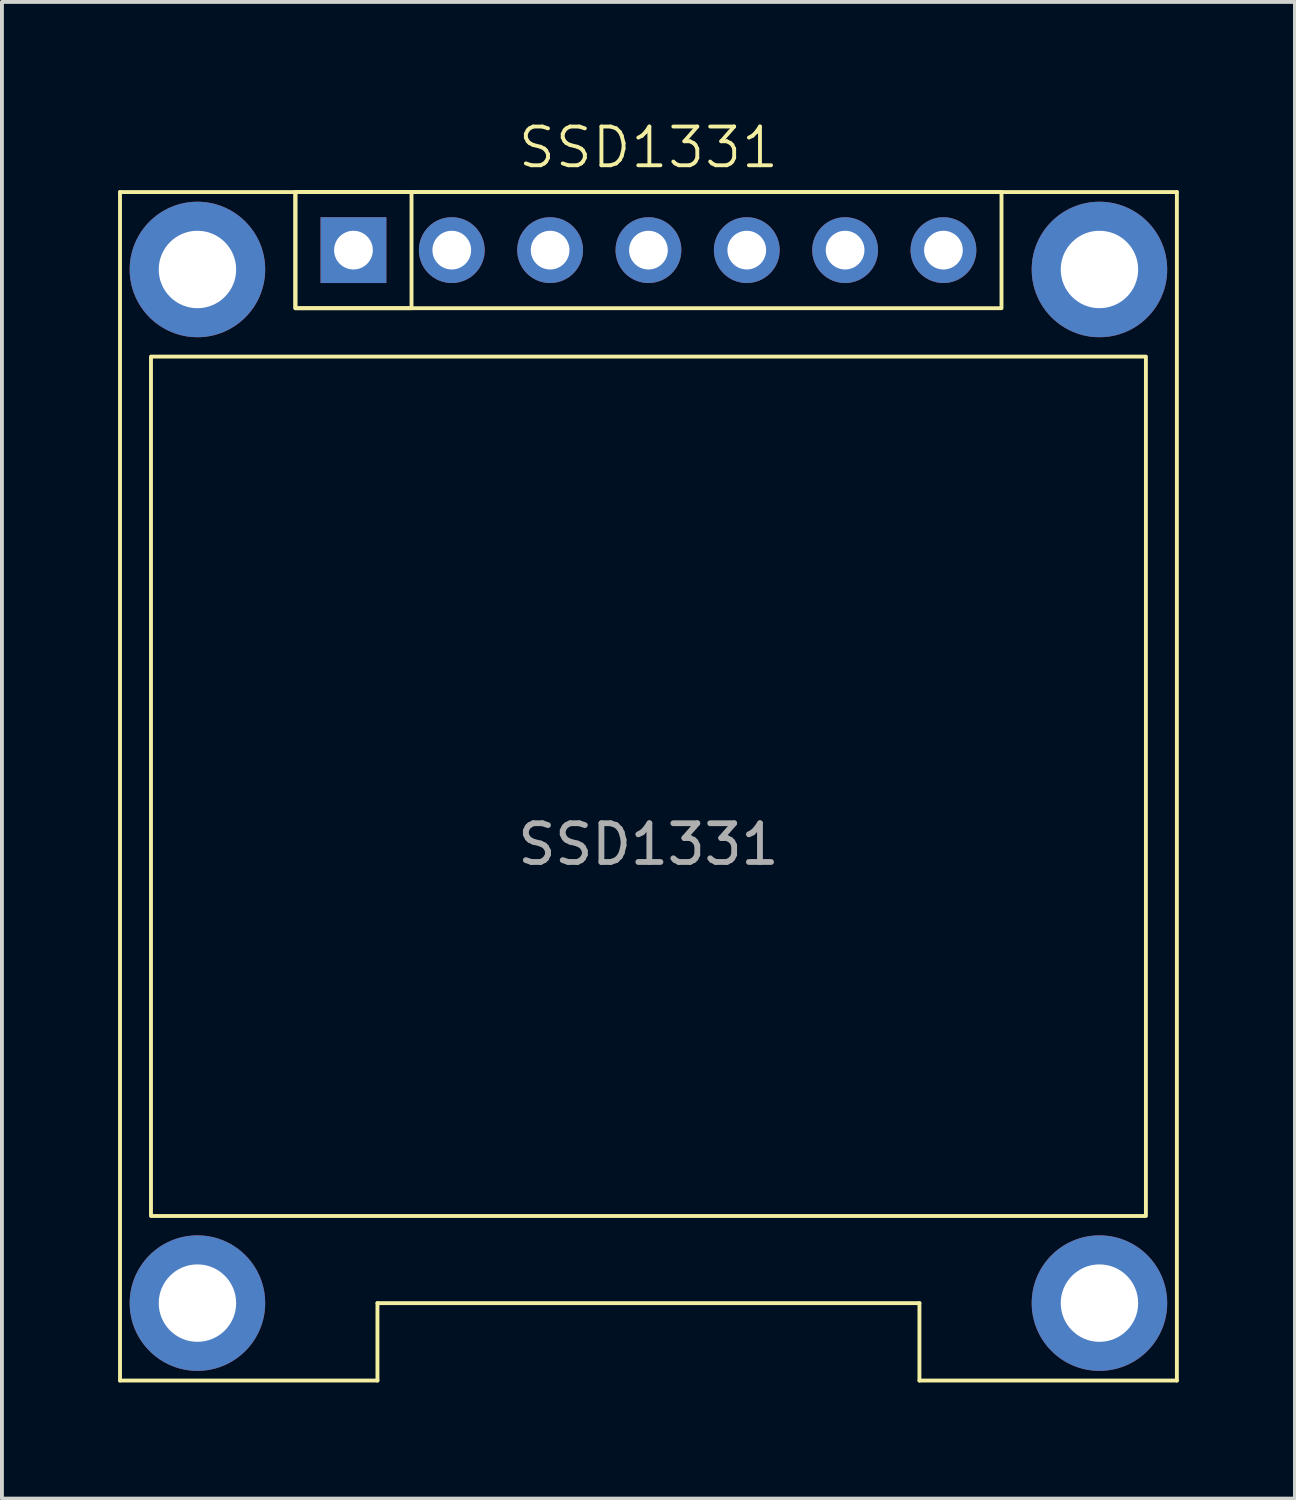
<source format=kicad_pcb>
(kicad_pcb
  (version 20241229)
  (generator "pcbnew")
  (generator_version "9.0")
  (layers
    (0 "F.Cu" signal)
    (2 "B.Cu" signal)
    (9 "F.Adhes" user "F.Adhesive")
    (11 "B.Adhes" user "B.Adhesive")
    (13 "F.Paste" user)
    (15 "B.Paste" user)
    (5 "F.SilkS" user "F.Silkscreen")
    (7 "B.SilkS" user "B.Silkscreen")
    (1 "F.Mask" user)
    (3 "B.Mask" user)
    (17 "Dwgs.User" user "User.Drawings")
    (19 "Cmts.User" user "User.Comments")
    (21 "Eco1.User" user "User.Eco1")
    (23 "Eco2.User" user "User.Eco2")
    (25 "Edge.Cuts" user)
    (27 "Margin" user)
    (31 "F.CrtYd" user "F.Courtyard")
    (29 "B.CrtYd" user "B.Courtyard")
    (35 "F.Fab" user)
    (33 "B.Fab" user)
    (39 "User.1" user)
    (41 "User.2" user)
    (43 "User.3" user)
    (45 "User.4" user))
  (footprint "SSD1331"
    (layer "F.Cu")
    (at 13.7 17.261)
    (property "Reference" "SSD1331" (at 0 -16.5 0) (unlocked yes) (layer "F.SilkS") (effects (font (size 1 1) (thickness 0.1))))
    (attr through_hole)
    (fp_line (start -13.65 -15.35) (end 13.65 -15.35) (stroke (width 0.1) (type default)) (layer "F.SilkS"))
    (fp_line (start -13.65 15.35) (end -13.65 -15.35) (stroke (width 0.1) (type default)) (layer "F.SilkS"))
    (fp_line (start -7 13.35) (end -7 15.35) (stroke (width 0.1) (type default)) (layer "F.SilkS"))
    (fp_line (start -7 15.35) (end -13.65 15.35) (stroke (width 0.1) (type default)) (layer "F.SilkS"))
    (fp_line (start 7 13.35) (end -7 13.35) (stroke (width 0.1) (type default)) (layer "F.SilkS"))
    (fp_line (start 7 15.35) (end 7 13.35) (stroke (width 0.1) (type default)) (layer "F.SilkS"))
    (fp_line (start 13.65 15.35) (end 7 15.35) (stroke (width 0.1) (type default)) (layer "F.SilkS"))
    (fp_line (start 13.65 15.35) (end 13.65 -15.35) (stroke (width 0.1) (type default)) (layer "F.SilkS"))
    (fp_rect (start -12.85 -11.1) (end 12.85 11.1) (stroke (width 0.1) (type default)) (fill no) (layer "F.SilkS"))
    (fp_rect (start -9.12 -15.35) (end -6.12 -12.35) (stroke (width 0.1) (type default)) (fill no) (layer "F.SilkS"))
    (fp_rect (start -9.12 -15.35) (end 9.12 -12.35) (stroke (width 0.1) (type default)) (fill no) (layer "F.SilkS"))
    (fp_text user "${REFERENCE}" (at 0 1.5 0) (unlocked yes) (layer "F.Fab") (effects (font (size 1 1) (thickness 0.15))))
    (pad "1" thru_hole rect (at -7.62 -13.85) (size 1.7 1.7) (drill 1) (layers "*.Cu" "*.Mask"))
    (pad "2" thru_hole circle (at -5.08 -13.85) (size 1.7 1.7) (drill 1) (layers "*.Cu" "*.Mask"))
    (pad "3" thru_hole circle (at -2.54 -13.85) (size 1.7 1.7) (drill 1) (layers "*.Cu" "*.Mask"))
    (pad "4" thru_hole circle (at 0 -13.85) (size 1.7 1.7) (drill 1) (layers "*.Cu" "*.Mask"))
    (pad "5" thru_hole circle (at 2.54 -13.85) (size 1.7 1.7) (drill 1) (layers "*.Cu" "*.Mask"))
    (pad "6" thru_hole circle (at 5.08 -13.85) (size 1.7 1.7) (drill 1) (layers "*.Cu" "*.Mask"))
    (pad "7" thru_hole circle (at 7.62 -13.85) (size 1.7 1.7) (drill 1) (layers "*.Cu" "*.Mask"))
    (pad "8" thru_hole circle (at -11.65 -13.35) (size 3.5 3.5) (drill 2) (layers "*.Cu" "*.Mask"))
    (pad "8" thru_hole circle (at -11.65 13.35) (size 3.5 3.5) (drill 2) (layers "*.Cu" "*.Mask"))
    (pad "8" thru_hole circle (at 11.65 -13.35) (size 3.5 3.5) (drill 2) (layers "*.Cu" "*.Mask"))
    (pad "8" thru_hole circle (at 11.65 13.35) (size 3.5 3.5) (drill 2) (layers "*.Cu" "*.Mask")))
  (gr_rect
    (start -3 -3)
    (end 30.4 35.66)
    (stroke (width 0.1) (type default))
    (fill no)
    (layer "Edge.Cuts")))
</source>
